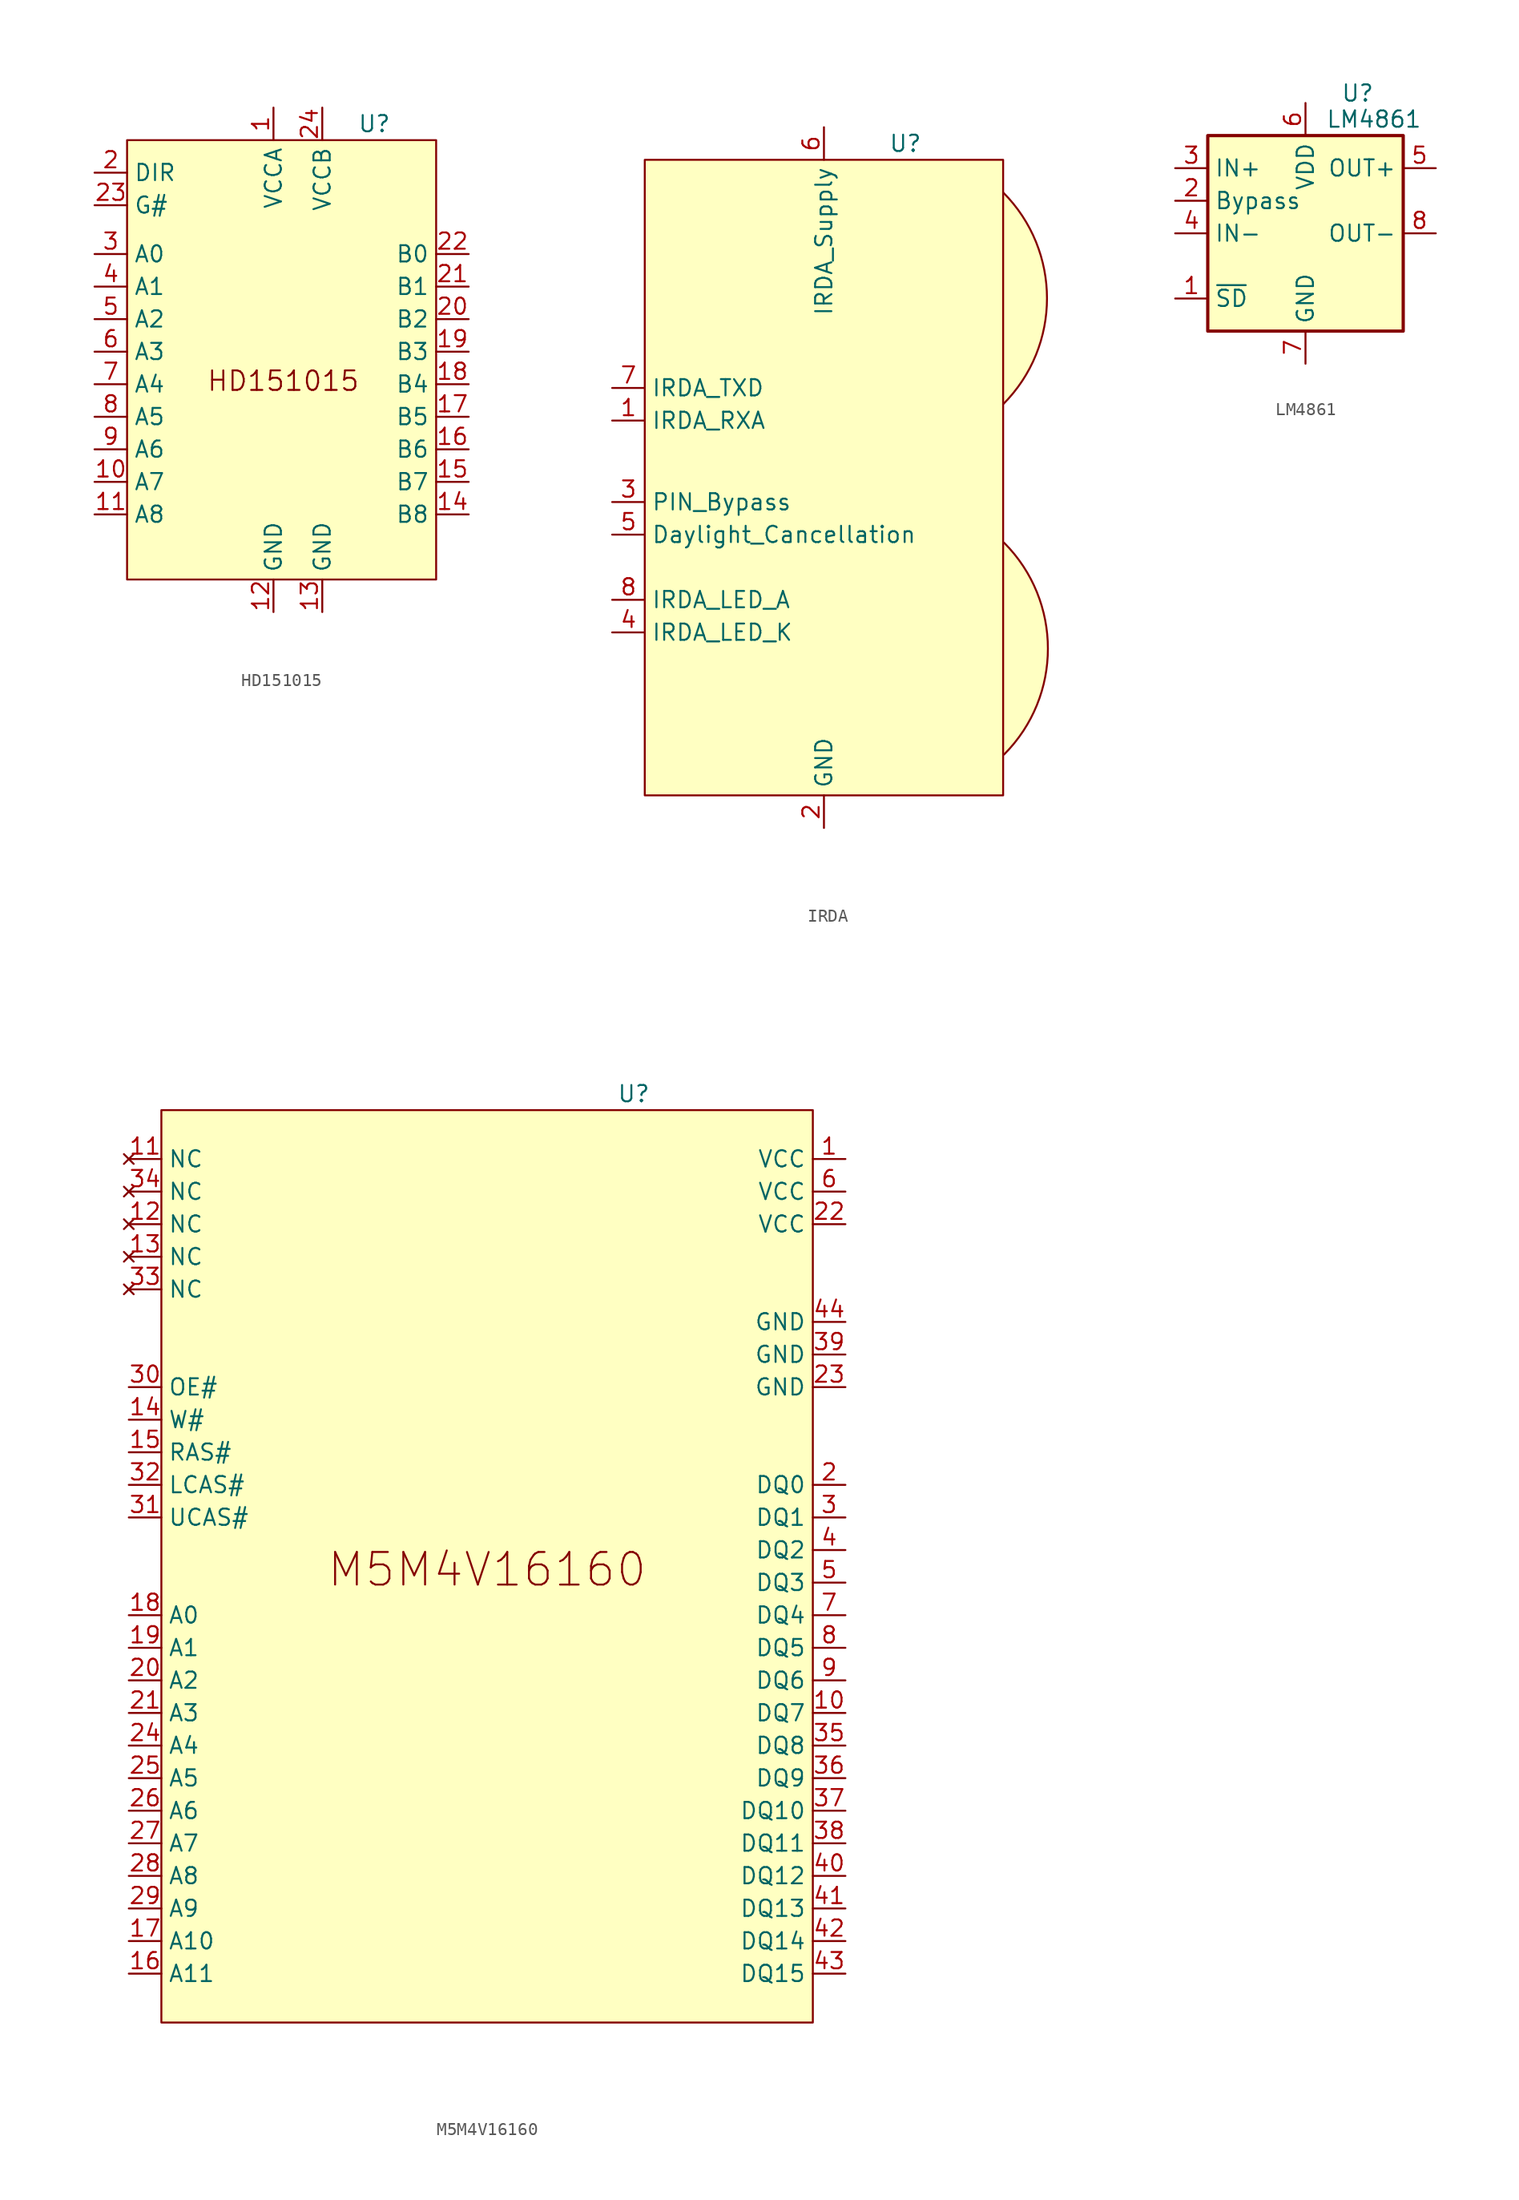
<source format=kicad_sym>
(kicad_symbol_lib
  (version 20241209)
  (generator "kicad_symbol_editor")
  (generator_version "9.0")
  (symbol "HD151015"
    (property "Reference" "U"
      (at 6.604 20.32 0)
      (effects (font (size 1.27 1.27))))
    (property "Value" ""
      (at 0 0 0)
      (effects (font (size 1.27 1.27))))
    (symbol "HD151015_1_1"
      (rectangle (start -12.7 19.05) (end 11.43 -15.24) (stroke (width 0) (type solid)) (fill (type color) (color 255 255 194 1)))
      (text "HD151015" (at -0.508 0.254 0) (effects (font (size 1.524 1.524))))
      (pin input line (at -15.24 16.51 0) (length 2.54) (name "DIR" (effects (font (size 1.27 1.27)))) (number "2" (effects (font (size 1.27 1.27)))))
      (pin input line (at -15.24 13.97 0) (length 2.54) (name "G#" (effects (font (size 1.27 1.27)))) (number "23" (effects (font (size 1.27 1.27)))))
      (pin bidirectional line (at -15.24 10.16 0) (length 2.54) (name "A0" (effects (font (size 1.27 1.27)))) (number "3" (effects (font (size 1.27 1.27)))))
      (pin bidirectional line (at -15.24 7.62 0) (length 2.54) (name "A1" (effects (font (size 1.27 1.27)))) (number "4" (effects (font (size 1.27 1.27)))))
      (pin bidirectional line (at -15.24 5.08 0) (length 2.54) (name "A2" (effects (font (size 1.27 1.27)))) (number "5" (effects (font (size 1.27 1.27)))))
      (pin bidirectional line (at -15.24 2.54 0) (length 2.54) (name "A3" (effects (font (size 1.27 1.27)))) (number "6" (effects (font (size 1.27 1.27)))))
      (pin bidirectional line (at -15.24 0 0) (length 2.54) (name "A4" (effects (font (size 1.27 1.27)))) (number "7" (effects (font (size 1.27 1.27)))))
      (pin bidirectional line (at -15.24 -2.54 0) (length 2.54) (name "A5" (effects (font (size 1.27 1.27)))) (number "8" (effects (font (size 1.27 1.27)))))
      (pin bidirectional line (at -15.24 -5.08 0) (length 2.54) (name "A6" (effects (font (size 1.27 1.27)))) (number "9" (effects (font (size 1.27 1.27)))))
      (pin bidirectional line (at -15.24 -7.62 0) (length 2.54) (name "A7" (effects (font (size 1.27 1.27)))) (number "10" (effects (font (size 1.27 1.27)))))
      (pin bidirectional line (at -15.24 -10.16 0) (length 2.54) (name "A8" (effects (font (size 1.27 1.27)))) (number "11" (effects (font (size 1.27 1.27)))))
      (pin power_in line (at -1.27 21.59 270) (length 2.54) (name "VCCA" (effects (font (size 1.27 1.27)))) (number "1" (effects (font (size 1.27 1.27)))))
      (pin power_in line (at -1.27 -17.78 90) (length 2.54) (name "GND" (effects (font (size 1.27 1.27)))) (number "12" (effects (font (size 1.27 1.27)))))
      (pin power_in line (at 2.54 21.59 270) (length 2.54) (name "VCCB" (effects (font (size 1.27 1.27)))) (number "24" (effects (font (size 1.27 1.27)))))
      (pin power_in line (at 2.54 -17.78 90) (length 2.54) (name "GND" (effects (font (size 1.27 1.27)))) (number "13" (effects (font (size 1.27 1.27)))))
      (pin bidirectional line (at 13.97 10.16 180) (length 2.54) (name "B0" (effects (font (size 1.27 1.27)))) (number "22" (effects (font (size 1.27 1.27)))))
      (pin bidirectional line (at 13.97 7.62 180) (length 2.54) (name "B1" (effects (font (size 1.27 1.27)))) (number "21" (effects (font (size 1.27 1.27)))))
      (pin bidirectional line (at 13.97 5.08 180) (length 2.54) (name "B2" (effects (font (size 1.27 1.27)))) (number "20" (effects (font (size 1.27 1.27)))))
      (pin bidirectional line (at 13.97 2.54 180) (length 2.54) (name "B3" (effects (font (size 1.27 1.27)))) (number "19" (effects (font (size 1.27 1.27)))))
      (pin bidirectional line (at 13.97 0 180) (length 2.54) (name "B4" (effects (font (size 1.27 1.27)))) (number "18" (effects (font (size 1.27 1.27)))))
      (pin bidirectional line (at 13.97 -2.54 180) (length 2.54) (name "B5" (effects (font (size 1.27 1.27)))) (number "17" (effects (font (size 1.27 1.27)))))
      (pin bidirectional line (at 13.97 -5.08 180) (length 2.54) (name "B6" (effects (font (size 1.27 1.27)))) (number "16" (effects (font (size 1.27 1.27)))))
      (pin bidirectional line (at 13.97 -7.62 180) (length 2.54) (name "B7" (effects (font (size 1.27 1.27)))) (number "15" (effects (font (size 1.27 1.27)))))
      (pin bidirectional line (at 13.97 -10.16 180) (length 2.54) (name "B8" (effects (font (size 1.27 1.27)))) (number "14" (effects (font (size 1.27 1.27)))))))
  (symbol "IRDA"
    (property "Reference" "U"
      (at 20.32 29.21 0)
      (effects (font (size 1.27 1.27))))
    (property "Value" ""
      (at 0 0 0)
      (effects (font (size 1.27 1.27))))
    (symbol "IRDA_1_1"
      (rectangle (start 0 27.94) (end 27.94 -21.59) (stroke (width 0) (type solid)) (fill (type color) (color 255 255 194 1)))
      (arc (start 27.94 25.4) (mid 31.3593 17.145) (end 27.94 8.89) (stroke (width 0) (type solid)) (fill (type color) (color 255 255 194 1)))
      (arc (start 28.011 -1.8974) (mid 31.4303 -10.1524) (end 28.011 -18.4074) (stroke (width 0) (type solid)) (fill (type color) (color 255 255 194 1)))
      (pin input line (at -2.54 10.16 0) (length 2.54) (name "IRDA_TXD" (effects (font (size 1.27 1.27)))) (number "7" (effects (font (size 1.27 1.27)))))
      (pin output line (at -2.54 7.62 0) (length 2.54) (name "IRDA_RXA" (effects (font (size 1.27 1.27)))) (number "1" (effects (font (size 1.27 1.27)))))
      (pin passive line (at -2.54 1.27 0) (length 2.54) (name "PIN_Bypass" (effects (font (size 1.27 1.27)))) (number "3" (effects (font (size 1.27 1.27)))))
      (pin input line (at -2.54 -1.27 0) (length 2.54) (name "Daylight_Cancellation" (effects (font (size 1.27 1.27)))) (number "5" (effects (font (size 1.27 1.27)))))
      (pin power_in line (at -2.54 -6.35 0) (length 2.54) (name "IRDA_LED_A" (effects (font (size 1.27 1.27)))) (number "8" (effects (font (size 1.27 1.27)))))
      (pin passive line (at -2.54 -8.89 0) (length 2.54) (name "IRDA_LED_K" (effects (font (size 1.27 1.27)))) (number "4" (effects (font (size 1.27 1.27)))))
      (pin power_in line (at 13.97 30.48 270) (length 2.54) (name "IRDA_Supply" (effects (font (size 1.27 1.27)))) (number "6" (effects (font (size 1.27 1.27)))))
      (pin power_in line (at 13.97 -24.13 90) (length 2.54) (name "GND" (effects (font (size 1.27 1.27)))) (number "2" (effects (font (size 1.27 1.27)))))))
  (symbol "LM4861"
    (property "Reference" "U"
      (at 4.064 10.922 0)
      (effects (font (size 1.27 1.27))))
    (property "Value" "LM4861"
      (at 5.334 8.89 0)
      (effects (font (size 1.27 1.27))))
    (symbol "LM4861_0_1"
      (rectangle (start -7.62 7.62) (end 7.62 -7.62) (stroke (width 0.254) (type default)) (fill (type background))))
    (symbol "LM4861_1_1"
      (pin input line (at -10.16 5.08 0) (length 2.54) (name "IN+" (effects (font (size 1.27 1.27)))) (number "3" (effects (font (size 1.27 1.27)))))
      (pin input line (at -10.16 2.54 0) (length 2.54) (name "Bypass" (effects (font (size 1.27 1.27)))) (number "2" (effects (font (size 1.27 1.27)))))
      (pin input line (at -10.16 0 0) (length 2.54) (name "IN-" (effects (font (size 1.27 1.27)))) (number "4" (effects (font (size 1.27 1.27)))))
      (pin input line (at -10.16 -5.08 0) (length 2.54) (name "~{SD}" (effects (font (size 1.27 1.27)))) (number "1" (effects (font (size 1.27 1.27)))))
      (pin power_in line (at 0 10.16 270) (length 2.54) (name "VDD" (effects (font (size 1.27 1.27)))) (number "6" (effects (font (size 1.27 1.27)))))
      (pin power_in line (at 0 -10.16 90) (length 2.54) (name "GND" (effects (font (size 1.27 1.27)))) (number "7" (effects (font (size 1.27 1.27)))))
      (pin output line (at 10.16 5.08 180) (length 2.54) (name "OUT+" (effects (font (size 1.27 1.27)))) (number "5" (effects (font (size 1.27 1.27)))))
      (pin output line (at 10.16 0 180) (length 2.54) (name "OUT-" (effects (font (size 1.27 1.27)))) (number "8" (effects (font (size 1.27 1.27)))))))
  (symbol "M5M4V16160"
    (property "Reference" "U"
      (at 11.43 36.83 0)
      (effects (font (size 1.27 1.27))))
    (property "Value" ""
      (at 0 0 0)
      (effects (font (size 1.27 1.27))))
    (symbol "M5M4V16160_1_1"
      (rectangle (start -25.4 35.56) (end 25.4 -35.56) (stroke (width 0) (type solid)) (fill (type color) (color 255 255 194 1)))
      (text "M5M4V16160" (at 0 -0.254 0) (effects (font (size 2.54 2.54))))
      (pin no_connect line (at -27.94 31.75 0) (length 2.54) (name "NC" (effects (font (size 1.27 1.27)))) (number "11" (effects (font (size 1.27 1.27)))))
      (pin no_connect line (at -27.94 29.21 0) (length 2.54) (name "NC" (effects (font (size 1.27 1.27)))) (number "34" (effects (font (size 1.27 1.27)))))
      (pin no_connect line (at -27.94 26.67 0) (length 2.54) (name "NC" (effects (font (size 1.27 1.27)))) (number "12" (effects (font (size 1.27 1.27)))))
      (pin no_connect line (at -27.94 24.13 0) (length 2.54) (name "NC" (effects (font (size 1.27 1.27)))) (number "13" (effects (font (size 1.27 1.27)))))
      (pin no_connect line (at -27.94 21.59 0) (length 2.54) (name "NC" (effects (font (size 1.27 1.27)))) (number "33" (effects (font (size 1.27 1.27)))))
      (pin input line (at -27.94 13.97 0) (length 2.54) (name "OE#" (effects (font (size 1.27 1.27)))) (number "30" (effects (font (size 1.27 1.27)))))
      (pin input line (at -27.94 11.43 0) (length 2.54) (name "W#" (effects (font (size 1.27 1.27)))) (number "14" (effects (font (size 1.27 1.27)))))
      (pin input line (at -27.94 8.89 0) (length 2.54) (name "RAS#" (effects (font (size 1.27 1.27)))) (number "15" (effects (font (size 1.27 1.27)))))
      (pin input line (at -27.94 6.35 0) (length 2.54) (name "LCAS#" (effects (font (size 1.27 1.27)))) (number "32" (effects (font (size 1.27 1.27)))))
      (pin input line (at -27.94 3.81 0) (length 2.54) (name "UCAS#" (effects (font (size 1.27 1.27)))) (number "31" (effects (font (size 1.27 1.27)))))
      (pin input line (at -27.94 -3.81 0) (length 2.54) (name "A0" (effects (font (size 1.27 1.27)))) (number "18" (effects (font (size 1.27 1.27)))))
      (pin input line (at -27.94 -6.35 0) (length 2.54) (name "A1" (effects (font (size 1.27 1.27)))) (number "19" (effects (font (size 1.27 1.27)))))
      (pin input line (at -27.94 -8.89 0) (length 2.54) (name "A2" (effects (font (size 1.27 1.27)))) (number "20" (effects (font (size 1.27 1.27)))))
      (pin input line (at -27.94 -11.43 0) (length 2.54) (name "A3" (effects (font (size 1.27 1.27)))) (number "21" (effects (font (size 1.27 1.27)))))
      (pin input line (at -27.94 -13.97 0) (length 2.54) (name "A4" (effects (font (size 1.27 1.27)))) (number "24" (effects (font (size 1.27 1.27)))))
      (pin input line (at -27.94 -16.51 0) (length 2.54) (name "A5" (effects (font (size 1.27 1.27)))) (number "25" (effects (font (size 1.27 1.27)))))
      (pin input line (at -27.94 -19.05 0) (length 2.54) (name "A6" (effects (font (size 1.27 1.27)))) (number "26" (effects (font (size 1.27 1.27)))))
      (pin input line (at -27.94 -21.59 0) (length 2.54) (name "A7" (effects (font (size 1.27 1.27)))) (number "27" (effects (font (size 1.27 1.27)))))
      (pin input line (at -27.94 -24.13 0) (length 2.54) (name "A8" (effects (font (size 1.27 1.27)))) (number "28" (effects (font (size 1.27 1.27)))))
      (pin input line (at -27.94 -26.67 0) (length 2.54) (name "A9" (effects (font (size 1.27 1.27)))) (number "29" (effects (font (size 1.27 1.27)))))
      (pin input line (at -27.94 -29.21 0) (length 2.54) (name "A10" (effects (font (size 1.27 1.27)))) (number "17" (effects (font (size 1.27 1.27)))))
      (pin input line (at -27.94 -31.75 0) (length 2.54) (name "A11" (effects (font (size 1.27 1.27)))) (number "16" (effects (font (size 1.27 1.27)))))
      (pin power_in line (at 27.94 31.75 180) (length 2.54) (name "VCC" (effects (font (size 1.27 1.27)))) (number "1" (effects (font (size 1.27 1.27)))))
      (pin power_in line (at 27.94 29.21 180) (length 2.54) (name "VCC" (effects (font (size 1.27 1.27)))) (number "6" (effects (font (size 1.27 1.27)))))
      (pin power_in line (at 27.94 26.67 180) (length 2.54) (name "VCC" (effects (font (size 1.27 1.27)))) (number "22" (effects (font (size 1.27 1.27)))))
      (pin power_in line (at 27.94 19.05 180) (length 2.54) (name "GND" (effects (font (size 1.27 1.27)))) (number "44" (effects (font (size 1.27 1.27)))))
      (pin power_in line (at 27.94 16.51 180) (length 2.54) (name "GND" (effects (font (size 1.27 1.27)))) (number "39" (effects (font (size 1.27 1.27)))))
      (pin power_in line (at 27.94 13.97 180) (length 2.54) (name "GND" (effects (font (size 1.27 1.27)))) (number "23" (effects (font (size 1.27 1.27)))))
      (pin bidirectional line (at 27.94 6.35 180) (length 2.54) (name "DQ0" (effects (font (size 1.27 1.27)))) (number "2" (effects (font (size 1.27 1.27)))))
      (pin bidirectional line (at 27.94 3.81 180) (length 2.54) (name "DQ1" (effects (font (size 1.27 1.27)))) (number "3" (effects (font (size 1.27 1.27)))))
      (pin bidirectional line (at 27.94 1.27 180) (length 2.54) (name "DQ2" (effects (font (size 1.27 1.27)))) (number "4" (effects (font (size 1.27 1.27)))))
      (pin bidirectional line (at 27.94 -1.27 180) (length 2.54) (name "DQ3" (effects (font (size 1.27 1.27)))) (number "5" (effects (font (size 1.27 1.27)))))
      (pin bidirectional line (at 27.94 -3.81 180) (length 2.54) (name "DQ4" (effects (font (size 1.27 1.27)))) (number "7" (effects (font (size 1.27 1.27)))))
      (pin bidirectional line (at 27.94 -6.35 180) (length 2.54) (name "DQ5" (effects (font (size 1.27 1.27)))) (number "8" (effects (font (size 1.27 1.27)))))
      (pin bidirectional line (at 27.94 -8.89 180) (length 2.54) (name "DQ6" (effects (font (size 1.27 1.27)))) (number "9" (effects (font (size 1.27 1.27)))))
      (pin bidirectional line (at 27.94 -11.43 180) (length 2.54) (name "DQ7" (effects (font (size 1.27 1.27)))) (number "10" (effects (font (size 1.27 1.27)))))
      (pin bidirectional line (at 27.94 -13.97 180) (length 2.54) (name "DQ8" (effects (font (size 1.27 1.27)))) (number "35" (effects (font (size 1.27 1.27)))))
      (pin bidirectional line (at 27.94 -16.51 180) (length 2.54) (name "DQ9" (effects (font (size 1.27 1.27)))) (number "36" (effects (font (size 1.27 1.27)))))
      (pin bidirectional line (at 27.94 -19.05 180) (length 2.54) (name "DQ10" (effects (font (size 1.27 1.27)))) (number "37" (effects (font (size 1.27 1.27)))))
      (pin bidirectional line (at 27.94 -21.59 180) (length 2.54) (name "DQ11" (effects (font (size 1.27 1.27)))) (number "38" (effects (font (size 1.27 1.27)))))
      (pin bidirectional line (at 27.94 -24.13 180) (length 2.54) (name "DQ12" (effects (font (size 1.27 1.27)))) (number "40" (effects (font (size 1.27 1.27)))))
      (pin bidirectional line (at 27.94 -26.67 180) (length 2.54) (name "DQ13" (effects (font (size 1.27 1.27)))) (number "41" (effects (font (size 1.27 1.27)))))
      (pin bidirectional line (at 27.94 -29.21 180) (length 2.54) (name "DQ14" (effects (font (size 1.27 1.27)))) (number "42" (effects (font (size 1.27 1.27)))))
      (pin bidirectional line (at 27.94 -31.75 180) (length 2.54) (name "DQ15" (effects (font (size 1.27 1.27)))) (number "43" (effects (font (size 1.27 1.27))))))))
</source>
